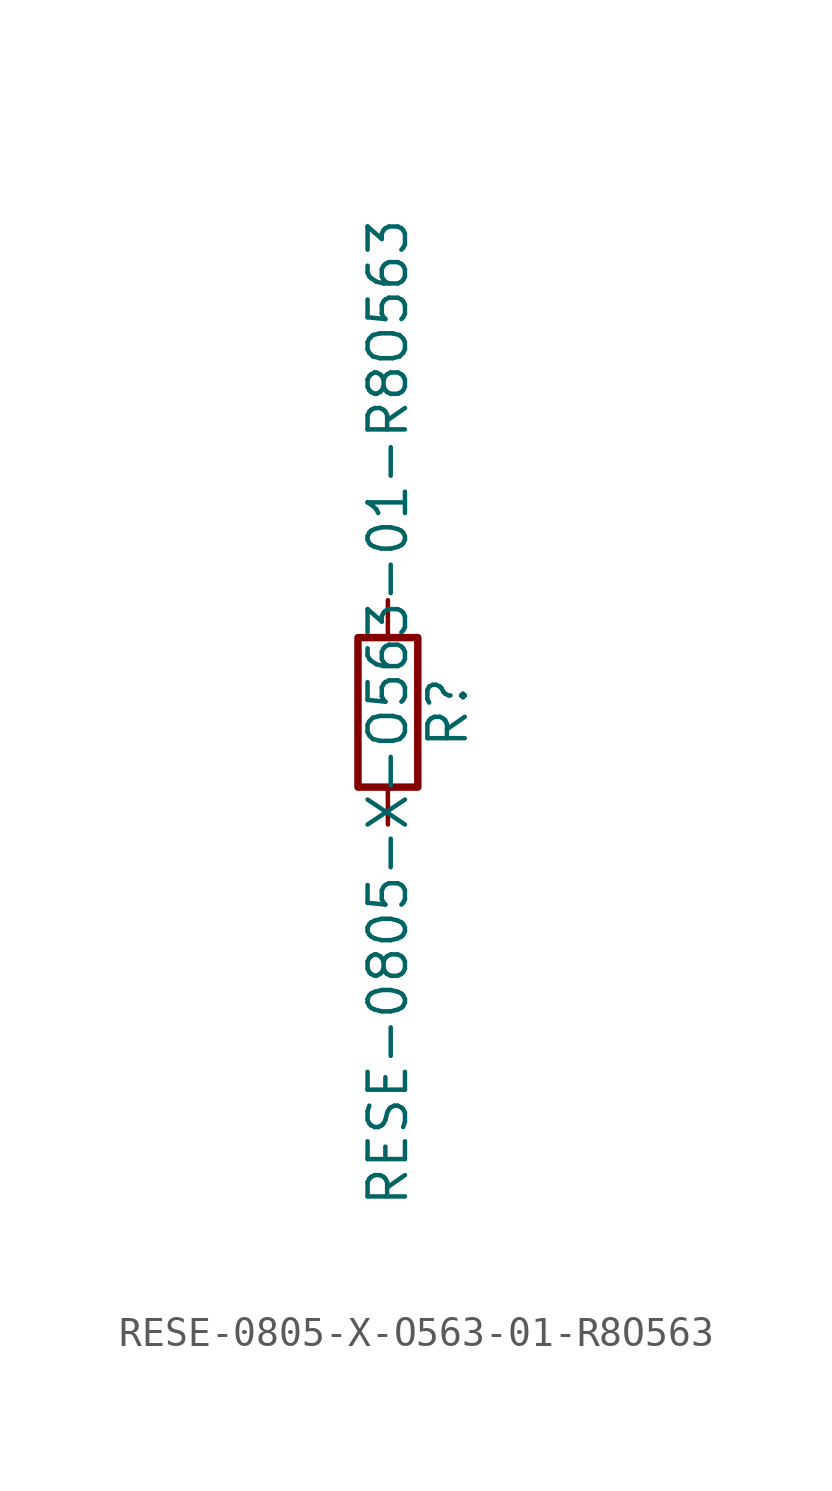
<source format=kicad_sym>
(kicad_symbol_lib
  (version 20211014)
  (generator kicad_symbol_editor)
  (symbol "RESE-0805-X-O563-01-R8O563"
    (pin_numbers hide)
    (pin_names
      (offset 0))
    (property "Reference" "R"
      (at 2.032 0 90)
      (effects (font (size 1.27 1.27))))
    (property "Value" "RESE-0805-X-O563-01-R8O563"
      (at 0 0 90)
      (effects (font (size 1.27 1.27))))
    (symbol "RESE-0805-X-O563-01-R8O563_0_1"
      (rectangle (start -1.016 -2.54) (end 1.016 2.54) (stroke (width 0.254) (type default) (color 0 0 0 0)) (fill (type none))))
    (symbol "RESE-0805-X-O563-01-R8O563_1_1"
      (pin passive line (at 0 3.81 270) (length 1.27) (name "~" (effects (font (size 1.27 1.27)))) (number "1" (effects (font (size 1.27 1.27)))))
      (pin passive line (at 0 -3.81 90) (length 1.27) (name "~" (effects (font (size 1.27 1.27)))) (number "2" (effects (font (size 1.27 1.27))))))))
</source>
